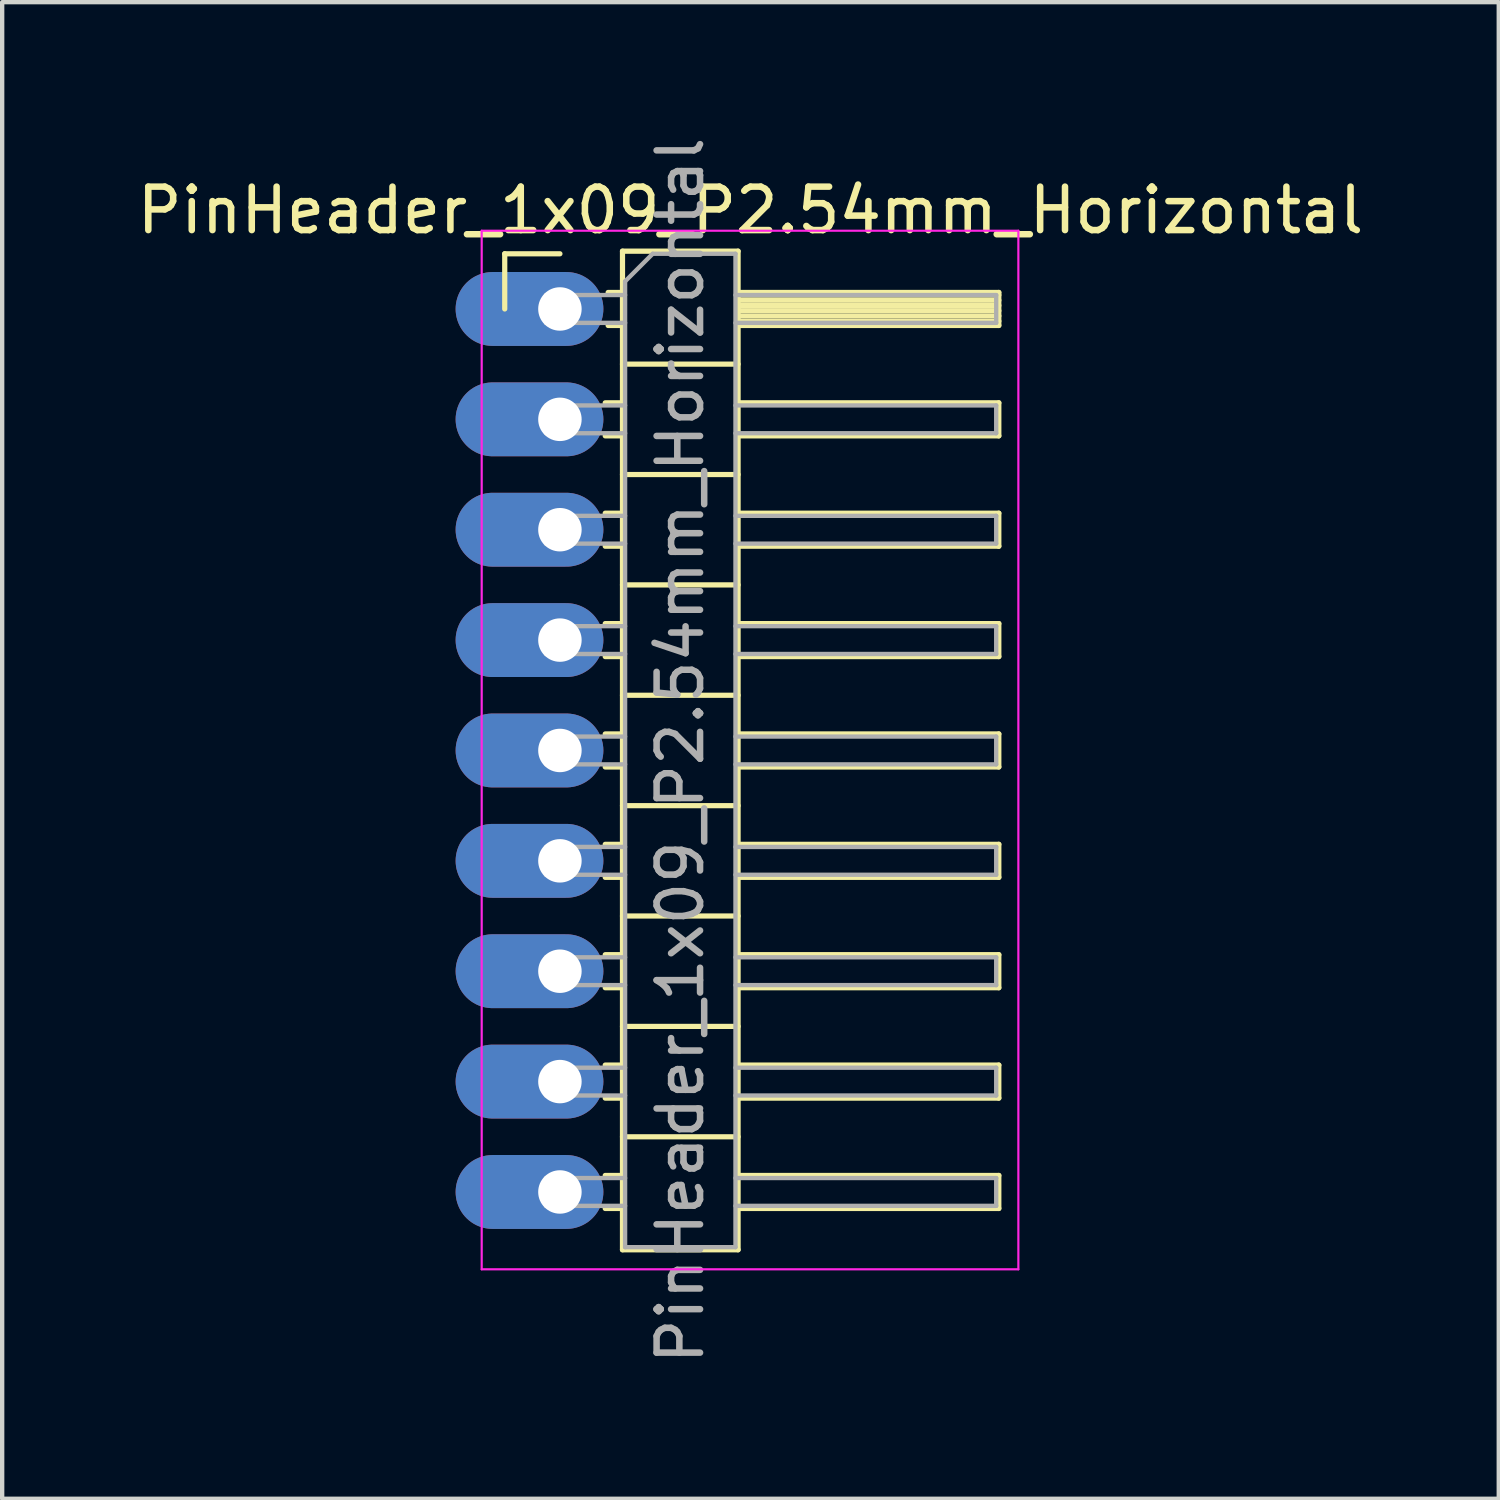
<source format=kicad_pcb>
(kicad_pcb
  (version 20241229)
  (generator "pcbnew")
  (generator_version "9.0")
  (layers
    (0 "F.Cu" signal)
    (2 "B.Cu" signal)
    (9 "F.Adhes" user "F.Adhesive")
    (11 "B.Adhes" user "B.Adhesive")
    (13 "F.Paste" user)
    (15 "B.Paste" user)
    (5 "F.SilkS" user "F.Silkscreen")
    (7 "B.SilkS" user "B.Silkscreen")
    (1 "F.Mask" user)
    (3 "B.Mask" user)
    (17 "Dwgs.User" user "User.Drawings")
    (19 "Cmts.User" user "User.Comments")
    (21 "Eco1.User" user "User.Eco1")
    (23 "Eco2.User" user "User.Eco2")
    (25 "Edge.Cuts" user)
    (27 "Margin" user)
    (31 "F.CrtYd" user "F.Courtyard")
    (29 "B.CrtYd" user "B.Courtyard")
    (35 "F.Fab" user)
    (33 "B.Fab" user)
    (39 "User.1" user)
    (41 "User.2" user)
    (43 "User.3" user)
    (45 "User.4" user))
  (footprint "PinHeader_1x09_P2.54mm_Horizontal"
    (layer "F.Cu")
    (at 9.835 4.06)
    (property "Reference" "PinHeader_1x09_P2.54mm_Horizontal" (at 4.385 -2.27 0) (layer "F.SilkS") (effects (font (size 1 1) (thickness 0.15))))
    (attr through_hole)
    (fp_line (start -1.27 -1.27) (end 0 -1.27) (stroke (width 0.12) (type solid)) (layer "F.SilkS"))
    (fp_line (start -1.27 0) (end -1.27 -1.27) (stroke (width 0.12) (type solid)) (layer "F.SilkS"))
    (fp_line (start 1.043 2.16) (end 1.44 2.16) (stroke (width 0.12) (type solid)) (layer "F.SilkS"))
    (fp_line (start 1.043 2.92) (end 1.44 2.92) (stroke (width 0.12) (type solid)) (layer "F.SilkS"))
    (fp_line (start 1.043 4.7) (end 1.44 4.7) (stroke (width 0.12) (type solid)) (layer "F.SilkS"))
    (fp_line (start 1.043 5.46) (end 1.44 5.46) (stroke (width 0.12) (type solid)) (layer "F.SilkS"))
    (fp_line (start 1.043 7.24) (end 1.44 7.24) (stroke (width 0.12) (type solid)) (layer "F.SilkS"))
    (fp_line (start 1.043 8) (end 1.44 8) (stroke (width 0.12) (type solid)) (layer "F.SilkS"))
    (fp_line (start 1.043 9.78) (end 1.44 9.78) (stroke (width 0.12) (type solid)) (layer "F.SilkS"))
    (fp_line (start 1.043 10.54) (end 1.44 10.54) (stroke (width 0.12) (type solid)) (layer "F.SilkS"))
    (fp_line (start 1.043 12.32) (end 1.44 12.32) (stroke (width 0.12) (type solid)) (layer "F.SilkS"))
    (fp_line (start 1.043 13.08) (end 1.44 13.08) (stroke (width 0.12) (type solid)) (layer "F.SilkS"))
    (fp_line (start 1.043 14.86) (end 1.44 14.86) (stroke (width 0.12) (type solid)) (layer "F.SilkS"))
    (fp_line (start 1.043 15.62) (end 1.44 15.62) (stroke (width 0.12) (type solid)) (layer "F.SilkS"))
    (fp_line (start 1.043 17.4) (end 1.44 17.4) (stroke (width 0.12) (type solid)) (layer "F.SilkS"))
    (fp_line (start 1.043 18.16) (end 1.44 18.16) (stroke (width 0.12) (type solid)) (layer "F.SilkS"))
    (fp_line (start 1.043 19.94) (end 1.44 19.94) (stroke (width 0.12) (type solid)) (layer "F.SilkS"))
    (fp_line (start 1.043 20.7) (end 1.44 20.7) (stroke (width 0.12) (type solid)) (layer "F.SilkS"))
    (fp_line (start 1.11 -0.38) (end 1.44 -0.38) (stroke (width 0.12) (type solid)) (layer "F.SilkS"))
    (fp_line (start 1.11 0.38) (end 1.44 0.38) (stroke (width 0.12) (type solid)) (layer "F.SilkS"))
    (fp_line (start 1.44 -1.33) (end 1.44 21.65) (stroke (width 0.12) (type solid)) (layer "F.SilkS"))
    (fp_line (start 1.44 1.27) (end 4.1 1.27) (stroke (width 0.12) (type solid)) (layer "F.SilkS"))
    (fp_line (start 1.44 3.81) (end 4.1 3.81) (stroke (width 0.12) (type solid)) (layer "F.SilkS"))
    (fp_line (start 1.44 6.35) (end 4.1 6.35) (stroke (width 0.12) (type solid)) (layer "F.SilkS"))
    (fp_line (start 1.44 8.89) (end 4.1 8.89) (stroke (width 0.12) (type solid)) (layer "F.SilkS"))
    (fp_line (start 1.44 11.43) (end 4.1 11.43) (stroke (width 0.12) (type solid)) (layer "F.SilkS"))
    (fp_line (start 1.44 13.97) (end 4.1 13.97) (stroke (width 0.12) (type solid)) (layer "F.SilkS"))
    (fp_line (start 1.44 16.51) (end 4.1 16.51) (stroke (width 0.12) (type solid)) (layer "F.SilkS"))
    (fp_line (start 1.44 19.05) (end 4.1 19.05) (stroke (width 0.12) (type solid)) (layer "F.SilkS"))
    (fp_line (start 1.44 21.65) (end 4.1 21.65) (stroke (width 0.12) (type solid)) (layer "F.SilkS"))
    (fp_line (start 4.1 -1.33) (end 1.44 -1.33) (stroke (width 0.12) (type solid)) (layer "F.SilkS"))
    (fp_line (start 4.1 -0.38) (end 10.1 -0.38) (stroke (width 0.12) (type solid)) (layer "F.SilkS"))
    (fp_line (start 4.1 -0.32) (end 10.1 -0.32) (stroke (width 0.12) (type solid)) (layer "F.SilkS"))
    (fp_line (start 4.1 -0.2) (end 10.1 -0.2) (stroke (width 0.12) (type solid)) (layer "F.SilkS"))
    (fp_line (start 4.1 -0.08) (end 10.1 -0.08) (stroke (width 0.12) (type solid)) (layer "F.SilkS"))
    (fp_line (start 4.1 0.04) (end 10.1 0.04) (stroke (width 0.12) (type solid)) (layer "F.SilkS"))
    (fp_line (start 4.1 0.16) (end 10.1 0.16) (stroke (width 0.12) (type solid)) (layer "F.SilkS"))
    (fp_line (start 4.1 0.28) (end 10.1 0.28) (stroke (width 0.12) (type solid)) (layer "F.SilkS"))
    (fp_line (start 4.1 2.16) (end 10.1 2.16) (stroke (width 0.12) (type solid)) (layer "F.SilkS"))
    (fp_line (start 4.1 4.7) (end 10.1 4.7) (stroke (width 0.12) (type solid)) (layer "F.SilkS"))
    (fp_line (start 4.1 7.24) (end 10.1 7.24) (stroke (width 0.12) (type solid)) (layer "F.SilkS"))
    (fp_line (start 4.1 9.78) (end 10.1 9.78) (stroke (width 0.12) (type solid)) (layer "F.SilkS"))
    (fp_line (start 4.1 12.32) (end 10.1 12.32) (stroke (width 0.12) (type solid)) (layer "F.SilkS"))
    (fp_line (start 4.1 14.86) (end 10.1 14.86) (stroke (width 0.12) (type solid)) (layer "F.SilkS"))
    (fp_line (start 4.1 17.4) (end 10.1 17.4) (stroke (width 0.12) (type solid)) (layer "F.SilkS"))
    (fp_line (start 4.1 19.94) (end 10.1 19.94) (stroke (width 0.12) (type solid)) (layer "F.SilkS"))
    (fp_line (start 4.1 21.65) (end 4.1 -1.33) (stroke (width 0.12) (type solid)) (layer "F.SilkS"))
    (fp_line (start 10.1 -0.38) (end 10.1 0.38) (stroke (width 0.12) (type solid)) (layer "F.SilkS"))
    (fp_line (start 10.1 0.38) (end 4.1 0.38) (stroke (width 0.12) (type solid)) (layer "F.SilkS"))
    (fp_line (start 10.1 2.16) (end 10.1 2.92) (stroke (width 0.12) (type solid)) (layer "F.SilkS"))
    (fp_line (start 10.1 2.92) (end 4.1 2.92) (stroke (width 0.12) (type solid)) (layer "F.SilkS"))
    (fp_line (start 10.1 4.7) (end 10.1 5.46) (stroke (width 0.12) (type solid)) (layer "F.SilkS"))
    (fp_line (start 10.1 5.46) (end 4.1 5.46) (stroke (width 0.12) (type solid)) (layer "F.SilkS"))
    (fp_line (start 10.1 7.24) (end 10.1 8) (stroke (width 0.12) (type solid)) (layer "F.SilkS"))
    (fp_line (start 10.1 8) (end 4.1 8) (stroke (width 0.12) (type solid)) (layer "F.SilkS"))
    (fp_line (start 10.1 9.78) (end 10.1 10.54) (stroke (width 0.12) (type solid)) (layer "F.SilkS"))
    (fp_line (start 10.1 10.54) (end 4.1 10.54) (stroke (width 0.12) (type solid)) (layer "F.SilkS"))
    (fp_line (start 10.1 12.32) (end 10.1 13.08) (stroke (width 0.12) (type solid)) (layer "F.SilkS"))
    (fp_line (start 10.1 13.08) (end 4.1 13.08) (stroke (width 0.12) (type solid)) (layer "F.SilkS"))
    (fp_line (start 10.1 14.86) (end 10.1 15.62) (stroke (width 0.12) (type solid)) (layer "F.SilkS"))
    (fp_line (start 10.1 15.62) (end 4.1 15.62) (stroke (width 0.12) (type solid)) (layer "F.SilkS"))
    (fp_line (start 10.1 17.4) (end 10.1 18.16) (stroke (width 0.12) (type solid)) (layer "F.SilkS"))
    (fp_line (start 10.1 18.16) (end 4.1 18.16) (stroke (width 0.12) (type solid)) (layer "F.SilkS"))
    (fp_line (start 10.1 19.94) (end 10.1 20.7) (stroke (width 0.12) (type solid)) (layer "F.SilkS"))
    (fp_line (start 10.1 20.7) (end 4.1 20.7) (stroke (width 0.12) (type solid)) (layer "F.SilkS"))
    (fp_line (start -1.8 -1.8) (end -1.8 22.1) (stroke (width 0.05) (type solid)) (layer "F.CrtYd"))
    (fp_line (start -1.8 22.1) (end 10.55 22.1) (stroke (width 0.05) (type solid)) (layer "F.CrtYd"))
    (fp_line (start 10.55 -1.8) (end -1.8 -1.8) (stroke (width 0.05) (type solid)) (layer "F.CrtYd"))
    (fp_line (start 10.55 22.1) (end 10.55 -1.8) (stroke (width 0.05) (type solid)) (layer "F.CrtYd"))
    (fp_line (start -0.32 -0.32) (end -0.32 0.32) (stroke (width 0.1) (type solid)) (layer "F.Fab"))
    (fp_line (start -0.32 -0.32) (end 1.5 -0.32) (stroke (width 0.1) (type solid)) (layer "F.Fab"))
    (fp_line (start -0.32 0.32) (end 1.5 0.32) (stroke (width 0.1) (type solid)) (layer "F.Fab"))
    (fp_line (start -0.32 2.22) (end -0.32 2.86) (stroke (width 0.1) (type solid)) (layer "F.Fab"))
    (fp_line (start -0.32 2.22) (end 1.5 2.22) (stroke (width 0.1) (type solid)) (layer "F.Fab"))
    (fp_line (start -0.32 2.86) (end 1.5 2.86) (stroke (width 0.1) (type solid)) (layer "F.Fab"))
    (fp_line (start -0.32 4.76) (end -0.32 5.4) (stroke (width 0.1) (type solid)) (layer "F.Fab"))
    (fp_line (start -0.32 4.76) (end 1.5 4.76) (stroke (width 0.1) (type solid)) (layer "F.Fab"))
    (fp_line (start -0.32 5.4) (end 1.5 5.4) (stroke (width 0.1) (type solid)) (layer "F.Fab"))
    (fp_line (start -0.32 7.3) (end -0.32 7.94) (stroke (width 0.1) (type solid)) (layer "F.Fab"))
    (fp_line (start -0.32 7.3) (end 1.5 7.3) (stroke (width 0.1) (type solid)) (layer "F.Fab"))
    (fp_line (start -0.32 7.94) (end 1.5 7.94) (stroke (width 0.1) (type solid)) (layer "F.Fab"))
    (fp_line (start -0.32 9.84) (end -0.32 10.48) (stroke (width 0.1) (type solid)) (layer "F.Fab"))
    (fp_line (start -0.32 9.84) (end 1.5 9.84) (stroke (width 0.1) (type solid)) (layer "F.Fab"))
    (fp_line (start -0.32 10.48) (end 1.5 10.48) (stroke (width 0.1) (type solid)) (layer "F.Fab"))
    (fp_line (start -0.32 12.38) (end -0.32 13.02) (stroke (width 0.1) (type solid)) (layer "F.Fab"))
    (fp_line (start -0.32 12.38) (end 1.5 12.38) (stroke (width 0.1) (type solid)) (layer "F.Fab"))
    (fp_line (start -0.32 13.02) (end 1.5 13.02) (stroke (width 0.1) (type solid)) (layer "F.Fab"))
    (fp_line (start -0.32 14.92) (end -0.32 15.56) (stroke (width 0.1) (type solid)) (layer "F.Fab"))
    (fp_line (start -0.32 14.92) (end 1.5 14.92) (stroke (width 0.1) (type solid)) (layer "F.Fab"))
    (fp_line (start -0.32 15.56) (end 1.5 15.56) (stroke (width 0.1) (type solid)) (layer "F.Fab"))
    (fp_line (start -0.32 17.46) (end -0.32 18.1) (stroke (width 0.1) (type solid)) (layer "F.Fab"))
    (fp_line (start -0.32 17.46) (end 1.5 17.46) (stroke (width 0.1) (type solid)) (layer "F.Fab"))
    (fp_line (start -0.32 18.1) (end 1.5 18.1) (stroke (width 0.1) (type solid)) (layer "F.Fab"))
    (fp_line (start -0.32 20) (end -0.32 20.64) (stroke (width 0.1) (type solid)) (layer "F.Fab"))
    (fp_line (start -0.32 20) (end 1.5 20) (stroke (width 0.1) (type solid)) (layer "F.Fab"))
    (fp_line (start -0.32 20.64) (end 1.5 20.64) (stroke (width 0.1) (type solid)) (layer "F.Fab"))
    (fp_line (start 1.5 -0.635) (end 2.135 -1.27) (stroke (width 0.1) (type solid)) (layer "F.Fab"))
    (fp_line (start 1.5 21.59) (end 1.5 -0.635) (stroke (width 0.1) (type solid)) (layer "F.Fab"))
    (fp_line (start 2.135 -1.27) (end 4.04 -1.27) (stroke (width 0.1) (type solid)) (layer "F.Fab"))
    (fp_line (start 4.04 -1.27) (end 4.04 21.59) (stroke (width 0.1) (type solid)) (layer "F.Fab"))
    (fp_line (start 4.04 -0.32) (end 10.04 -0.32) (stroke (width 0.1) (type solid)) (layer "F.Fab"))
    (fp_line (start 4.04 0.32) (end 10.04 0.32) (stroke (width 0.1) (type solid)) (layer "F.Fab"))
    (fp_line (start 4.04 2.22) (end 10.04 2.22) (stroke (width 0.1) (type solid)) (layer "F.Fab"))
    (fp_line (start 4.04 2.86) (end 10.04 2.86) (stroke (width 0.1) (type solid)) (layer "F.Fab"))
    (fp_line (start 4.04 4.76) (end 10.04 4.76) (stroke (width 0.1) (type solid)) (layer "F.Fab"))
    (fp_line (start 4.04 5.4) (end 10.04 5.4) (stroke (width 0.1) (type solid)) (layer "F.Fab"))
    (fp_line (start 4.04 7.3) (end 10.04 7.3) (stroke (width 0.1) (type solid)) (layer "F.Fab"))
    (fp_line (start 4.04 7.94) (end 10.04 7.94) (stroke (width 0.1) (type solid)) (layer "F.Fab"))
    (fp_line (start 4.04 9.84) (end 10.04 9.84) (stroke (width 0.1) (type solid)) (layer "F.Fab"))
    (fp_line (start 4.04 10.48) (end 10.04 10.48) (stroke (width 0.1) (type solid)) (layer "F.Fab"))
    (fp_line (start 4.04 12.38) (end 10.04 12.38) (stroke (width 0.1) (type solid)) (layer "F.Fab"))
    (fp_line (start 4.04 13.02) (end 10.04 13.02) (stroke (width 0.1) (type solid)) (layer "F.Fab"))
    (fp_line (start 4.04 14.92) (end 10.04 14.92) (stroke (width 0.1) (type solid)) (layer "F.Fab"))
    (fp_line (start 4.04 15.56) (end 10.04 15.56) (stroke (width 0.1) (type solid)) (layer "F.Fab"))
    (fp_line (start 4.04 17.46) (end 10.04 17.46) (stroke (width 0.1) (type solid)) (layer "F.Fab"))
    (fp_line (start 4.04 18.1) (end 10.04 18.1) (stroke (width 0.1) (type solid)) (layer "F.Fab"))
    (fp_line (start 4.04 20) (end 10.04 20) (stroke (width 0.1) (type solid)) (layer "F.Fab"))
    (fp_line (start 4.04 20.64) (end 10.04 20.64) (stroke (width 0.1) (type solid)) (layer "F.Fab"))
    (fp_line (start 4.04 21.59) (end 1.5 21.59) (stroke (width 0.1) (type solid)) (layer "F.Fab"))
    (fp_line (start 10.04 -0.32) (end 10.04 0.32) (stroke (width 0.1) (type solid)) (layer "F.Fab"))
    (fp_line (start 10.04 2.22) (end 10.04 2.86) (stroke (width 0.1) (type solid)) (layer "F.Fab"))
    (fp_line (start 10.04 4.76) (end 10.04 5.4) (stroke (width 0.1) (type solid)) (layer "F.Fab"))
    (fp_line (start 10.04 7.3) (end 10.04 7.94) (stroke (width 0.1) (type solid)) (layer "F.Fab"))
    (fp_line (start 10.04 9.84) (end 10.04 10.48) (stroke (width 0.1) (type solid)) (layer "F.Fab"))
    (fp_line (start 10.04 12.38) (end 10.04 13.02) (stroke (width 0.1) (type solid)) (layer "F.Fab"))
    (fp_line (start 10.04 14.92) (end 10.04 15.56) (stroke (width 0.1) (type solid)) (layer "F.Fab"))
    (fp_line (start 10.04 17.46) (end 10.04 18.1) (stroke (width 0.1) (type solid)) (layer "F.Fab"))
    (fp_line (start 10.04 20) (end 10.04 20.64) (stroke (width 0.1) (type solid)) (layer "F.Fab"))
    (fp_text user "${REFERENCE}" (at 2.77 10.16 90) (layer "F.Fab") (effects (font (size 1 1) (thickness 0.15))))
    (pad "1" thru_hole oval (at 0 0) (size 3.4 1.7) (drill 1 (offset -0.7 0)) (layers "*.Cu" "*.Mask"))
    (pad "2" thru_hole oval (at 0 2.54) (size 3.4 1.7) (drill 1 (offset -0.7 0)) (layers "*.Cu" "*.Mask"))
    (pad "3" thru_hole oval (at 0 5.08) (size 3.4 1.7) (drill 1 (offset -0.7 0)) (layers "*.Cu" "*.Mask"))
    (pad "4" thru_hole oval (at 0 7.62) (size 3.4 1.7) (drill 1 (offset -0.7 0)) (layers "*.Cu" "*.Mask"))
    (pad "5" thru_hole oval (at 0 10.16) (size 3.4 1.7) (drill 1 (offset -0.7 0)) (layers "*.Cu" "*.Mask"))
    (pad "6" thru_hole oval (at 0 12.7) (size 3.4 1.7) (drill 1 (offset -0.7 0)) (layers "*.Cu" "*.Mask"))
    (pad "7" thru_hole oval (at 0 15.24) (size 3.4 1.7) (drill 1 (offset -0.7 0)) (layers "*.Cu" "*.Mask"))
    (pad "8" thru_hole oval (at 0 17.78) (size 3.4 1.7) (drill 1 (offset -0.7 0)) (layers "*.Cu" "*.Mask"))
    (pad "9" thru_hole oval (at 0 20.32) (size 3.4 1.7) (drill 1 (offset -0.7 0)) (layers "*.Cu" "*.Mask")))
  (gr_rect
    (start -3 -3)
    (end 31.44 31.44)
    (stroke (width 0.1) (type default))
    (fill no)
    (layer "Edge.Cuts")))
</source>
